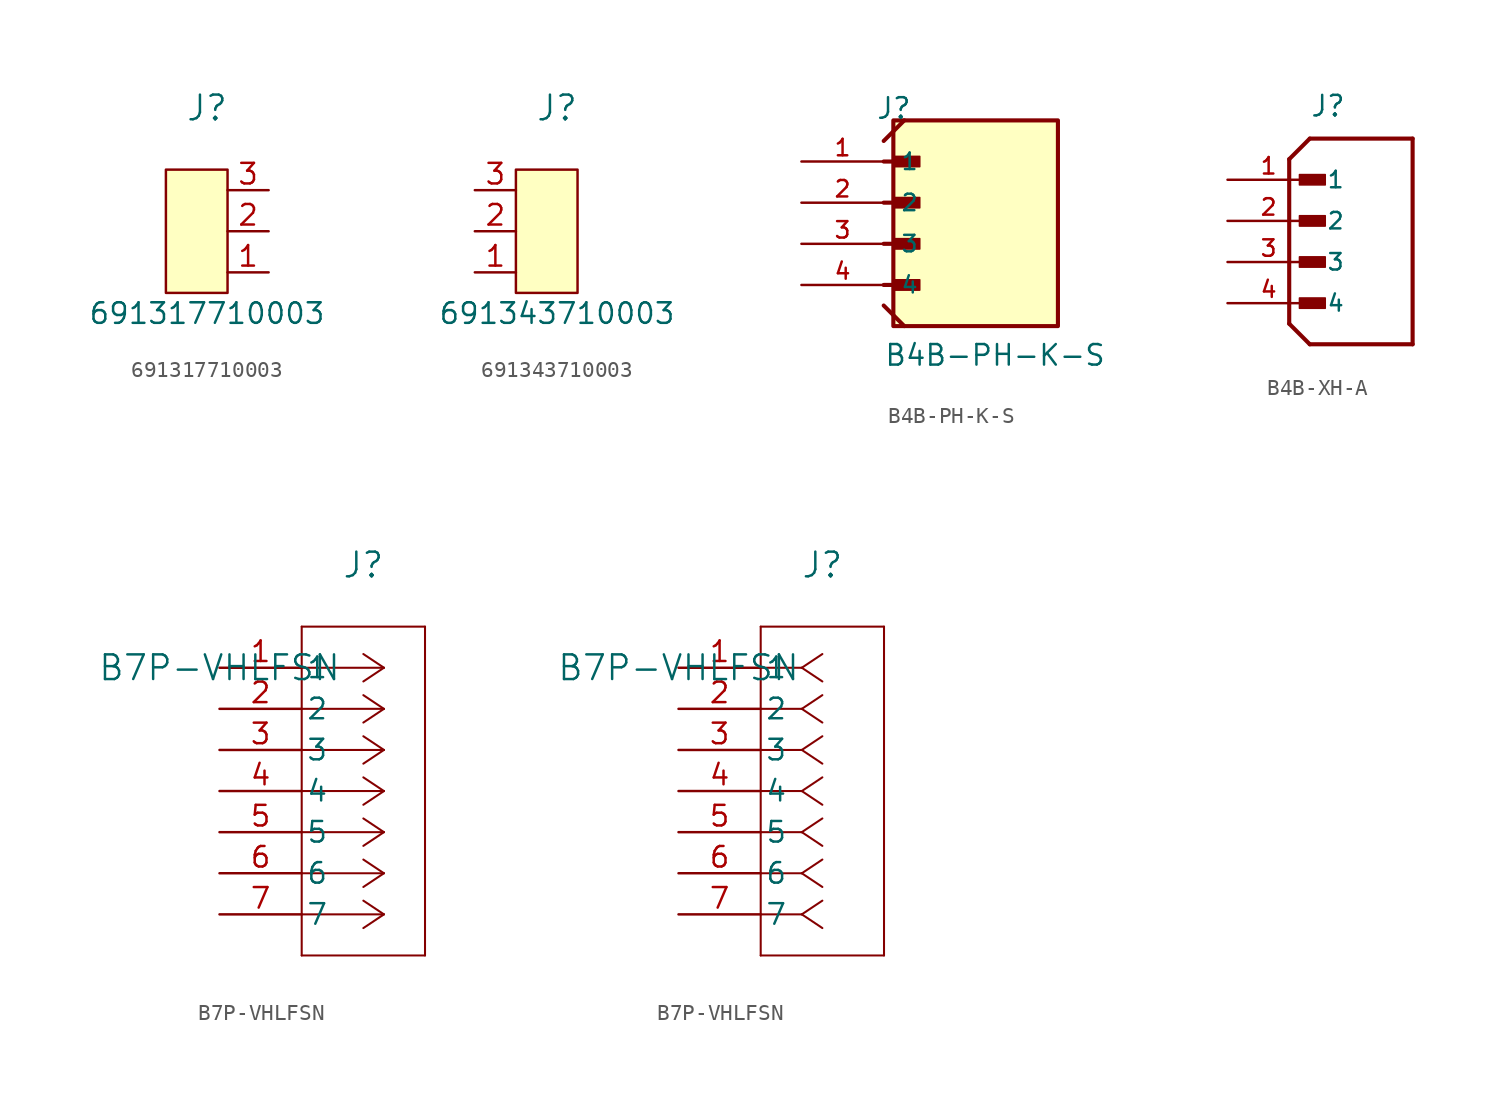
<source format=kicad_sym>
(kicad_symbol_lib
  (version 20241209)
  (generator "kicad_symbol_editor")
  (generator_version "9.0")
  (symbol "691317710003"
    (pin_names
      (offset 0)
      (hide yes))
    (property "Reference" "J"
      (at 0 8.89 0)
      (effects (font (size 1.524 1.524))))
    (property "Value" "691317710003"
      (at 0 -3.81 0)
      (effects (font (size 1.27 1.27))))
    (symbol "691317710003_0_1"
      (rectangle (start 1.27 -2.54) (end -2.54 5.08) (stroke (width 0) (type default)) (fill (type background))))
    (symbol "691317710003_1_1"
      (pin passive line (at 3.81 3.81 180) (length 2.54) (name "~" (effects (font (size 1.27 1.27)))) (number "3" (effects (font (size 1.27 1.27)))))
      (pin passive line (at 3.81 1.27 180) (length 2.54) (name "~" (effects (font (size 1.27 1.27)))) (number "2" (effects (font (size 1.27 1.27)))))
      (pin passive line (at 3.81 -1.27 180) (length 2.54) (name "~" (effects (font (size 1.27 1.27)))) (number "1" (effects (font (size 1.27 1.27)))))))
  (symbol "691343710003"
    (pin_names
      (offset 0)
      (hide yes))
    (property "Reference" "J"
      (at 0 8.89 0)
      (effects (font (size 1.524 1.524))))
    (property "Value" "691343710003"
      (at 0 -3.81 0)
      (effects (font (size 1.27 1.27))))
    (symbol "691343710003_0_1"
      (rectangle (start 1.27 -2.54) (end -2.54 5.08) (stroke (width 0) (type default)) (fill (type background))))
    (symbol "691343710003_1_1"
      (pin passive line (at -5.08 3.81 0) (length 2.54) (name "~" (effects (font (size 1.27 1.27)))) (number "3" (effects (font (size 1.27 1.27)))))
      (pin passive line (at -5.08 1.27 0) (length 2.54) (name "~" (effects (font (size 1.27 1.27)))) (number "2" (effects (font (size 1.27 1.27)))))
      (pin passive line (at -5.08 -1.27 0) (length 2.54) (name "~" (effects (font (size 1.27 1.27)))) (number "1" (effects (font (size 1.27 1.27)))))))
  (symbol "B4B-PH-K-S"
    (pin_names
      (offset 1.016))
    (property "Reference" "J"
      (at -5.58 7.62 0)
      (effects (font (size 1.27 1.27)) (justify left bottom)))
    (property "Value" "B4B-PH-K-S"
      (at -5.08 -7.62 0)
      (effects (font (size 1.27 1.27)) (justify left bottom)))
    (symbol "B4B-PH-K-S_0_0"
      (polyline (pts (xy -5.08 6.35) (xy -3.81 7.62)) (stroke (width 0.254) (type default)) (fill (type none)))
      (polyline (pts (xy -5.08 5.08) (xy -3.175 5.08)) (stroke (width 0.254) (type default)) (fill (type none)))
      (polyline (pts (xy -5.08 2.54) (xy -3.175 2.54)) (stroke (width 0.254) (type default)) (fill (type none)))
      (polyline (pts (xy -5.08 0) (xy -3.175 0)) (stroke (width 0.254) (type default)) (fill (type none)))
      (polyline (pts (xy -5.08 -2.54) (xy -3.175 -2.54)) (stroke (width 0.254) (type default)) (fill (type none)))
      (polyline (pts (xy -5.08 -3.81) (xy -3.81 -5.08)) (stroke (width 0.254) (type default)) (fill (type none)))
      (rectangle (start -4.485 7.62) (end 5.675 -5.08) (stroke (width 0.254) (type default)) (fill (type background)))
      (rectangle (start -4.445 4.763) (end -2.857 5.397) (stroke (width 0.1) (type default)) (fill (type outline)))
      (rectangle (start -4.445 2.223) (end -2.857 2.857) (stroke (width 0.1) (type default)) (fill (type outline)))
      (rectangle (start -4.445 -0.318) (end -2.857 0.318) (stroke (width 0.1) (type default)) (fill (type outline)))
      (rectangle (start -4.445 -2.857) (end -2.857 -2.223) (stroke (width 0.1) (type default)) (fill (type outline)))
      (pin passive line (at -10.16 5.08 0) (length 5.08) (name "1" (effects (font (size 1.016 1.016)))) (number "1" (effects (font (size 1.016 1.016)))))
      (pin passive line (at -10.16 2.54 0) (length 5.08) (name "2" (effects (font (size 1.016 1.016)))) (number "2" (effects (font (size 1.016 1.016)))))
      (pin passive line (at -10.16 0 0) (length 5.08) (name "3" (effects (font (size 1.016 1.016)))) (number "3" (effects (font (size 1.016 1.016)))))
      (pin passive line (at -10.16 -2.54 0) (length 5.08) (name "4" (effects (font (size 1.016 1.016)))) (number "4" (effects (font (size 1.016 1.016)))))))
  (symbol "B4B-XH-A"
    (pin_names
      (offset 1.016))
    (property "Reference" "J"
      (at -2.54 6.35 0)
      (effects (font (size 1.27 1.27)) (justify left bottom)))
    (symbol "B4B-XH-A_0_0"
      (polyline (pts (xy -3.81 3.81) (xy -3.81 -6.35)) (stroke (width 0.254) (type default)) (fill (type none)))
      (polyline (pts (xy -3.81 3.81) (xy -2.54 5.08)) (stroke (width 0.254) (type default)) (fill (type none)))
      (polyline (pts (xy -3.81 -6.35) (xy -2.54 -7.62)) (stroke (width 0.254) (type default)) (fill (type none)))
      (rectangle (start -3.175 2.223) (end -1.587 2.857) (stroke (width 0.1) (type default)) (fill (type outline)))
      (rectangle (start -3.175 -0.318) (end -1.587 0.318) (stroke (width 0.1) (type default)) (fill (type outline)))
      (rectangle (start -3.175 -2.857) (end -1.587 -2.223) (stroke (width 0.1) (type default)) (fill (type outline)))
      (rectangle (start -3.175 -5.397) (end -1.587 -4.763) (stroke (width 0.1) (type default)) (fill (type outline)))
      (polyline (pts (xy -2.54 -7.62) (xy 3.81 -7.62)) (stroke (width 0.254) (type default)) (fill (type none)))
      (polyline (pts (xy 3.81 5.08) (xy -2.54 5.08)) (stroke (width 0.254) (type default)) (fill (type none)))
      (polyline (pts (xy 3.81 -7.62) (xy 3.81 5.08)) (stroke (width 0.254) (type default)) (fill (type none)))
      (pin passive line (at -7.62 2.54 0) (length 5.08) (name "1" (effects (font (size 1.016 1.016)))) (number "1" (effects (font (size 1.016 1.016)))))
      (pin passive line (at -7.62 0 0) (length 5.08) (name "2" (effects (font (size 1.016 1.016)))) (number "2" (effects (font (size 1.016 1.016)))))
      (pin passive line (at -7.62 -2.54 0) (length 5.08) (name "3" (effects (font (size 1.016 1.016)))) (number "3" (effects (font (size 1.016 1.016)))))
      (pin passive line (at -7.62 -5.08 0) (length 5.08) (name "4" (effects (font (size 1.016 1.016)))) (number "4" (effects (font (size 1.016 1.016)))))))
  (symbol "B7P-VHLFSN"
    (pin_names
      (offset 0.254))
    (property "Reference" "J"
      (at 8.89 6.35 0)
      (effects (font (size 1.524 1.524))))
    (property "Value" "B7P-VHLFSN"
      (at 0 0 0)
      (effects (font (size 1.524 1.524))))
    (symbol "B7P-VHLFSN_1_1"
      (polyline (pts (xy 5.08 2.54) (xy 5.08 -17.78)) (stroke (width 0.127) (type default)) (fill (type none)))
      (polyline (pts (xy 5.08 -17.78) (xy 12.7 -17.78)) (stroke (width 0.127) (type default)) (fill (type none)))
      (polyline (pts (xy 10.16 0) (xy 5.08 0)) (stroke (width 0.127) (type default)) (fill (type none)))
      (polyline (pts (xy 10.16 0) (xy 8.89 0.847)) (stroke (width 0.127) (type default)) (fill (type none)))
      (polyline (pts (xy 10.16 0) (xy 8.89 -0.847)) (stroke (width 0.127) (type default)) (fill (type none)))
      (polyline (pts (xy 10.16 -2.54) (xy 5.08 -2.54)) (stroke (width 0.127) (type default)) (fill (type none)))
      (polyline (pts (xy 10.16 -2.54) (xy 8.89 -1.693)) (stroke (width 0.127) (type default)) (fill (type none)))
      (polyline (pts (xy 10.16 -2.54) (xy 8.89 -3.387)) (stroke (width 0.127) (type default)) (fill (type none)))
      (polyline (pts (xy 10.16 -5.08) (xy 5.08 -5.08)) (stroke (width 0.127) (type default)) (fill (type none)))
      (polyline (pts (xy 10.16 -5.08) (xy 8.89 -4.233)) (stroke (width 0.127) (type default)) (fill (type none)))
      (polyline (pts (xy 10.16 -5.08) (xy 8.89 -5.927)) (stroke (width 0.127) (type default)) (fill (type none)))
      (polyline (pts (xy 10.16 -7.62) (xy 5.08 -7.62)) (stroke (width 0.127) (type default)) (fill (type none)))
      (polyline (pts (xy 10.16 -7.62) (xy 8.89 -6.773)) (stroke (width 0.127) (type default)) (fill (type none)))
      (polyline (pts (xy 10.16 -7.62) (xy 8.89 -8.467)) (stroke (width 0.127) (type default)) (fill (type none)))
      (polyline (pts (xy 10.16 -10.16) (xy 5.08 -10.16)) (stroke (width 0.127) (type default)) (fill (type none)))
      (polyline (pts (xy 10.16 -10.16) (xy 8.89 -9.313)) (stroke (width 0.127) (type default)) (fill (type none)))
      (polyline (pts (xy 10.16 -10.16) (xy 8.89 -11.007)) (stroke (width 0.127) (type default)) (fill (type none)))
      (polyline (pts (xy 10.16 -12.7) (xy 5.08 -12.7)) (stroke (width 0.127) (type default)) (fill (type none)))
      (polyline (pts (xy 10.16 -12.7) (xy 8.89 -11.853)) (stroke (width 0.127) (type default)) (fill (type none)))
      (polyline (pts (xy 10.16 -12.7) (xy 8.89 -13.547)) (stroke (width 0.127) (type default)) (fill (type none)))
      (polyline (pts (xy 10.16 -15.24) (xy 5.08 -15.24)) (stroke (width 0.127) (type default)) (fill (type none)))
      (polyline (pts (xy 10.16 -15.24) (xy 8.89 -14.393)) (stroke (width 0.127) (type default)) (fill (type none)))
      (polyline (pts (xy 10.16 -15.24) (xy 8.89 -16.087)) (stroke (width 0.127) (type default)) (fill (type none)))
      (polyline (pts (xy 12.7 2.54) (xy 5.08 2.54)) (stroke (width 0.127) (type default)) (fill (type none)))
      (polyline (pts (xy 12.7 -17.78) (xy 12.7 2.54)) (stroke (width 0.127) (type default)) (fill (type none)))
      (pin unspecified line (at 0 0 0) (length 5.08) (name "1" (effects (font (size 1.27 1.27)))) (number "1" (effects (font (size 1.27 1.27)))))
      (pin unspecified line (at 0 -2.54 0) (length 5.08) (name "2" (effects (font (size 1.27 1.27)))) (number "2" (effects (font (size 1.27 1.27)))))
      (pin unspecified line (at 0 -5.08 0) (length 5.08) (name "3" (effects (font (size 1.27 1.27)))) (number "3" (effects (font (size 1.27 1.27)))))
      (pin unspecified line (at 0 -7.62 0) (length 5.08) (name "4" (effects (font (size 1.27 1.27)))) (number "4" (effects (font (size 1.27 1.27)))))
      (pin unspecified line (at 0 -10.16 0) (length 5.08) (name "5" (effects (font (size 1.27 1.27)))) (number "5" (effects (font (size 1.27 1.27)))))
      (pin unspecified line (at 0 -12.7 0) (length 5.08) (name "6" (effects (font (size 1.27 1.27)))) (number "6" (effects (font (size 1.27 1.27)))))
      (pin unspecified line (at 0 -15.24 0) (length 5.08) (name "7" (effects (font (size 1.27 1.27)))) (number "7" (effects (font (size 1.27 1.27))))))
    (symbol "B7P-VHLFSN_1_2"
      (polyline (pts (xy 5.08 2.54) (xy 5.08 -17.78)) (stroke (width 0.127) (type default)) (fill (type none)))
      (polyline (pts (xy 5.08 -17.78) (xy 12.7 -17.78)) (stroke (width 0.127) (type default)) (fill (type none)))
      (polyline (pts (xy 7.62 0) (xy 5.08 0)) (stroke (width 0.127) (type default)) (fill (type none)))
      (polyline (pts (xy 7.62 0) (xy 8.89 0.847)) (stroke (width 0.127) (type default)) (fill (type none)))
      (polyline (pts (xy 7.62 0) (xy 8.89 -0.847)) (stroke (width 0.127) (type default)) (fill (type none)))
      (polyline (pts (xy 7.62 -2.54) (xy 5.08 -2.54)) (stroke (width 0.127) (type default)) (fill (type none)))
      (polyline (pts (xy 7.62 -2.54) (xy 8.89 -1.693)) (stroke (width 0.127) (type default)) (fill (type none)))
      (polyline (pts (xy 7.62 -2.54) (xy 8.89 -3.387)) (stroke (width 0.127) (type default)) (fill (type none)))
      (polyline (pts (xy 7.62 -5.08) (xy 5.08 -5.08)) (stroke (width 0.127) (type default)) (fill (type none)))
      (polyline (pts (xy 7.62 -5.08) (xy 8.89 -4.233)) (stroke (width 0.127) (type default)) (fill (type none)))
      (polyline (pts (xy 7.62 -5.08) (xy 8.89 -5.927)) (stroke (width 0.127) (type default)) (fill (type none)))
      (polyline (pts (xy 7.62 -7.62) (xy 5.08 -7.62)) (stroke (width 0.127) (type default)) (fill (type none)))
      (polyline (pts (xy 7.62 -7.62) (xy 8.89 -6.773)) (stroke (width 0.127) (type default)) (fill (type none)))
      (polyline (pts (xy 7.62 -7.62) (xy 8.89 -8.467)) (stroke (width 0.127) (type default)) (fill (type none)))
      (polyline (pts (xy 7.62 -10.16) (xy 5.08 -10.16)) (stroke (width 0.127) (type default)) (fill (type none)))
      (polyline (pts (xy 7.62 -10.16) (xy 8.89 -9.313)) (stroke (width 0.127) (type default)) (fill (type none)))
      (polyline (pts (xy 7.62 -10.16) (xy 8.89 -11.007)) (stroke (width 0.127) (type default)) (fill (type none)))
      (polyline (pts (xy 7.62 -12.7) (xy 5.08 -12.7)) (stroke (width 0.127) (type default)) (fill (type none)))
      (polyline (pts (xy 7.62 -12.7) (xy 8.89 -11.853)) (stroke (width 0.127) (type default)) (fill (type none)))
      (polyline (pts (xy 7.62 -12.7) (xy 8.89 -13.547)) (stroke (width 0.127) (type default)) (fill (type none)))
      (polyline (pts (xy 7.62 -15.24) (xy 5.08 -15.24)) (stroke (width 0.127) (type default)) (fill (type none)))
      (polyline (pts (xy 7.62 -15.24) (xy 8.89 -14.393)) (stroke (width 0.127) (type default)) (fill (type none)))
      (polyline (pts (xy 7.62 -15.24) (xy 8.89 -16.087)) (stroke (width 0.127) (type default)) (fill (type none)))
      (polyline (pts (xy 12.7 2.54) (xy 5.08 2.54)) (stroke (width 0.127) (type default)) (fill (type none)))
      (polyline (pts (xy 12.7 -17.78) (xy 12.7 2.54)) (stroke (width 0.127) (type default)) (fill (type none)))
      (pin unspecified line (at 0 0 0) (length 5.08) (name "1" (effects (font (size 1.27 1.27)))) (number "1" (effects (font (size 1.27 1.27)))))
      (pin unspecified line (at 0 -2.54 0) (length 5.08) (name "2" (effects (font (size 1.27 1.27)))) (number "2" (effects (font (size 1.27 1.27)))))
      (pin unspecified line (at 0 -5.08 0) (length 5.08) (name "3" (effects (font (size 1.27 1.27)))) (number "3" (effects (font (size 1.27 1.27)))))
      (pin unspecified line (at 0 -7.62 0) (length 5.08) (name "4" (effects (font (size 1.27 1.27)))) (number "4" (effects (font (size 1.27 1.27)))))
      (pin unspecified line (at 0 -10.16 0) (length 5.08) (name "5" (effects (font (size 1.27 1.27)))) (number "5" (effects (font (size 1.27 1.27)))))
      (pin unspecified line (at 0 -12.7 0) (length 5.08) (name "6" (effects (font (size 1.27 1.27)))) (number "6" (effects (font (size 1.27 1.27)))))
      (pin unspecified line (at 0 -15.24 0) (length 5.08) (name "7" (effects (font (size 1.27 1.27)))) (number "7" (effects (font (size 1.27 1.27))))))))
</source>
